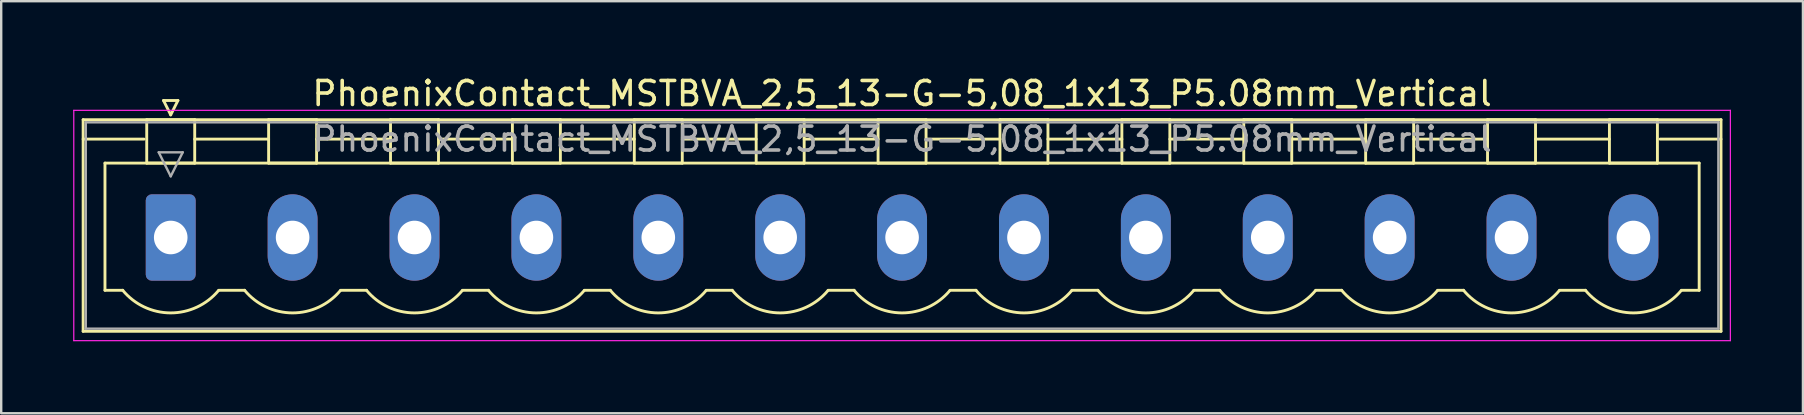
<source format=kicad_pcb>
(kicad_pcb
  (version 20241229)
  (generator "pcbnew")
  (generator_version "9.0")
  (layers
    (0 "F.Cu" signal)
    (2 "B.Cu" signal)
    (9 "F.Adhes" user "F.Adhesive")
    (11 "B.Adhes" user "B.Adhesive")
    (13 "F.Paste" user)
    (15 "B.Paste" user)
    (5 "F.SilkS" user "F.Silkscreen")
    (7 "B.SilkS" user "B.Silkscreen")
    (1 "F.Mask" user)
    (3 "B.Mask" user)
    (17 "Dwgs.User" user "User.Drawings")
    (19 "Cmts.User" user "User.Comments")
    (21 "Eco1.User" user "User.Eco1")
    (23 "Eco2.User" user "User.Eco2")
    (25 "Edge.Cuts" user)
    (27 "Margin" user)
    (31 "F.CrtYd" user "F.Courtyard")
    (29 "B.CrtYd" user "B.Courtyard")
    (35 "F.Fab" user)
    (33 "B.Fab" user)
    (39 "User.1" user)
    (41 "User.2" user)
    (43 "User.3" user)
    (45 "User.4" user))
  (footprint "PhoenixContact_MSTBVA_2,5_13-G-5,08_1x13_P5.08mm_Vertical"
    (layer "F.Cu")
    (at 4.065 6.848)
    (property "Reference" "PhoenixContact_MSTBVA_2,5_13-G-5,08_1x13_P5.08mm_Vertical" (at 30.48 -6 0) (layer "F.SilkS") (effects (font (size 1 1) (thickness 0.15))))
    (attr through_hole)
    (fp_line (start -3.65 -4.91) (end -3.65 3.91) (stroke (width 0.12) (type solid)) (layer "F.SilkS"))
    (fp_line (start -3.65 -4.1) (end -1.11 -4.1) (stroke (width 0.12) (type solid)) (layer "F.SilkS"))
    (fp_line (start -3.65 3.91) (end 64.61 3.91) (stroke (width 0.12) (type solid)) (layer "F.SilkS"))
    (fp_line (start -2.74 -3.1) (end 63.7 -3.1) (stroke (width 0.12) (type solid)) (layer "F.SilkS"))
    (fp_line (start -2.74 2.2) (end -2.74 -3.1) (stroke (width 0.12) (type solid)) (layer "F.SilkS"))
    (fp_line (start -2 2.2) (end -2.74 2.2) (stroke (width 0.12) (type solid)) (layer "F.SilkS"))
    (fp_line (start -1 -4.91) (end 1 -4.91) (stroke (width 0.12) (type solid)) (layer "F.SilkS"))
    (fp_line (start -1 -3.1) (end -1 -4.91) (stroke (width 0.12) (type solid)) (layer "F.SilkS"))
    (fp_line (start -0.3 -5.71) (end 0.3 -5.71) (stroke (width 0.12) (type solid)) (layer "F.SilkS"))
    (fp_line (start 0 -5.11) (end -0.3 -5.71) (stroke (width 0.12) (type solid)) (layer "F.SilkS"))
    (fp_line (start 0.3 -5.71) (end 0 -5.11) (stroke (width 0.12) (type solid)) (layer "F.SilkS"))
    (fp_line (start 1 -4.91) (end 1 -3.1) (stroke (width 0.12) (type solid)) (layer "F.SilkS"))
    (fp_line (start 1 -4.1) (end 4.08 -4.1) (stroke (width 0.12) (type solid)) (layer "F.SilkS"))
    (fp_line (start 1 -3.1) (end -1 -3.1) (stroke (width 0.12) (type solid)) (layer "F.SilkS"))
    (fp_line (start 2 2.2) (end 3.08 2.2) (stroke (width 0.12) (type solid)) (layer "F.SilkS"))
    (fp_line (start 4.08 -4.91) (end 6.08 -4.91) (stroke (width 0.12) (type solid)) (layer "F.SilkS"))
    (fp_line (start 4.08 -3.1) (end 4.08 -4.91) (stroke (width 0.12) (type solid)) (layer "F.SilkS"))
    (fp_line (start 6.08 -4.91) (end 6.08 -3.1) (stroke (width 0.12) (type solid)) (layer "F.SilkS"))
    (fp_line (start 6.08 -4.1) (end 9.16 -4.1) (stroke (width 0.12) (type solid)) (layer "F.SilkS"))
    (fp_line (start 6.08 -3.1) (end 4.08 -3.1) (stroke (width 0.12) (type solid)) (layer "F.SilkS"))
    (fp_line (start 7.08 2.2) (end 8.16 2.2) (stroke (width 0.12) (type solid)) (layer "F.SilkS"))
    (fp_line (start 9.16 -4.91) (end 11.16 -4.91) (stroke (width 0.12) (type solid)) (layer "F.SilkS"))
    (fp_line (start 9.16 -3.1) (end 9.16 -4.91) (stroke (width 0.12) (type solid)) (layer "F.SilkS"))
    (fp_line (start 11.16 -4.91) (end 11.16 -3.1) (stroke (width 0.12) (type solid)) (layer "F.SilkS"))
    (fp_line (start 11.16 -4.1) (end 14.24 -4.1) (stroke (width 0.12) (type solid)) (layer "F.SilkS"))
    (fp_line (start 11.16 -3.1) (end 9.16 -3.1) (stroke (width 0.12) (type solid)) (layer "F.SilkS"))
    (fp_line (start 12.16 2.2) (end 13.24 2.2) (stroke (width 0.12) (type solid)) (layer "F.SilkS"))
    (fp_line (start 14.24 -4.91) (end 16.24 -4.91) (stroke (width 0.12) (type solid)) (layer "F.SilkS"))
    (fp_line (start 14.24 -3.1) (end 14.24 -4.91) (stroke (width 0.12) (type solid)) (layer "F.SilkS"))
    (fp_line (start 16.24 -4.91) (end 16.24 -3.1) (stroke (width 0.12) (type solid)) (layer "F.SilkS"))
    (fp_line (start 16.24 -4.1) (end 19.32 -4.1) (stroke (width 0.12) (type solid)) (layer "F.SilkS"))
    (fp_line (start 16.24 -3.1) (end 14.24 -3.1) (stroke (width 0.12) (type solid)) (layer "F.SilkS"))
    (fp_line (start 17.24 2.2) (end 18.32 2.2) (stroke (width 0.12) (type solid)) (layer "F.SilkS"))
    (fp_line (start 19.32 -4.91) (end 21.32 -4.91) (stroke (width 0.12) (type solid)) (layer "F.SilkS"))
    (fp_line (start 19.32 -3.1) (end 19.32 -4.91) (stroke (width 0.12) (type solid)) (layer "F.SilkS"))
    (fp_line (start 21.32 -4.91) (end 21.32 -3.1) (stroke (width 0.12) (type solid)) (layer "F.SilkS"))
    (fp_line (start 21.32 -4.1) (end 24.4 -4.1) (stroke (width 0.12) (type solid)) (layer "F.SilkS"))
    (fp_line (start 21.32 -3.1) (end 19.32 -3.1) (stroke (width 0.12) (type solid)) (layer "F.SilkS"))
    (fp_line (start 22.32 2.2) (end 23.4 2.2) (stroke (width 0.12) (type solid)) (layer "F.SilkS"))
    (fp_line (start 24.4 -4.91) (end 26.4 -4.91) (stroke (width 0.12) (type solid)) (layer "F.SilkS"))
    (fp_line (start 24.4 -3.1) (end 24.4 -4.91) (stroke (width 0.12) (type solid)) (layer "F.SilkS"))
    (fp_line (start 26.4 -4.91) (end 26.4 -3.1) (stroke (width 0.12) (type solid)) (layer "F.SilkS"))
    (fp_line (start 26.4 -4.1) (end 29.48 -4.1) (stroke (width 0.12) (type solid)) (layer "F.SilkS"))
    (fp_line (start 26.4 -3.1) (end 24.4 -3.1) (stroke (width 0.12) (type solid)) (layer "F.SilkS"))
    (fp_line (start 27.4 2.2) (end 28.48 2.2) (stroke (width 0.12) (type solid)) (layer "F.SilkS"))
    (fp_line (start 29.48 -4.91) (end 31.48 -4.91) (stroke (width 0.12) (type solid)) (layer "F.SilkS"))
    (fp_line (start 29.48 -3.1) (end 29.48 -4.91) (stroke (width 0.12) (type solid)) (layer "F.SilkS"))
    (fp_line (start 31.48 -4.91) (end 31.48 -3.1) (stroke (width 0.12) (type solid)) (layer "F.SilkS"))
    (fp_line (start 31.48 -4.1) (end 34.56 -4.1) (stroke (width 0.12) (type solid)) (layer "F.SilkS"))
    (fp_line (start 31.48 -3.1) (end 29.48 -3.1) (stroke (width 0.12) (type solid)) (layer "F.SilkS"))
    (fp_line (start 32.48 2.2) (end 33.56 2.2) (stroke (width 0.12) (type solid)) (layer "F.SilkS"))
    (fp_line (start 34.56 -4.91) (end 36.56 -4.91) (stroke (width 0.12) (type solid)) (layer "F.SilkS"))
    (fp_line (start 34.56 -3.1) (end 34.56 -4.91) (stroke (width 0.12) (type solid)) (layer "F.SilkS"))
    (fp_line (start 36.56 -4.91) (end 36.56 -3.1) (stroke (width 0.12) (type solid)) (layer "F.SilkS"))
    (fp_line (start 36.56 -4.1) (end 39.64 -4.1) (stroke (width 0.12) (type solid)) (layer "F.SilkS"))
    (fp_line (start 36.56 -3.1) (end 34.56 -3.1) (stroke (width 0.12) (type solid)) (layer "F.SilkS"))
    (fp_line (start 37.56 2.2) (end 38.64 2.2) (stroke (width 0.12) (type solid)) (layer "F.SilkS"))
    (fp_line (start 39.64 -4.91) (end 41.64 -4.91) (stroke (width 0.12) (type solid)) (layer "F.SilkS"))
    (fp_line (start 39.64 -3.1) (end 39.64 -4.91) (stroke (width 0.12) (type solid)) (layer "F.SilkS"))
    (fp_line (start 41.64 -4.91) (end 41.64 -3.1) (stroke (width 0.12) (type solid)) (layer "F.SilkS"))
    (fp_line (start 41.64 -4.1) (end 44.72 -4.1) (stroke (width 0.12) (type solid)) (layer "F.SilkS"))
    (fp_line (start 41.64 -3.1) (end 39.64 -3.1) (stroke (width 0.12) (type solid)) (layer "F.SilkS"))
    (fp_line (start 42.64 2.2) (end 43.72 2.2) (stroke (width 0.12) (type solid)) (layer "F.SilkS"))
    (fp_line (start 44.72 -4.91) (end 46.72 -4.91) (stroke (width 0.12) (type solid)) (layer "F.SilkS"))
    (fp_line (start 44.72 -3.1) (end 44.72 -4.91) (stroke (width 0.12) (type solid)) (layer "F.SilkS"))
    (fp_line (start 46.72 -4.91) (end 46.72 -3.1) (stroke (width 0.12) (type solid)) (layer "F.SilkS"))
    (fp_line (start 46.72 -4.1) (end 49.8 -4.1) (stroke (width 0.12) (type solid)) (layer "F.SilkS"))
    (fp_line (start 46.72 -3.1) (end 44.72 -3.1) (stroke (width 0.12) (type solid)) (layer "F.SilkS"))
    (fp_line (start 47.72 2.2) (end 48.8 2.2) (stroke (width 0.12) (type solid)) (layer "F.SilkS"))
    (fp_line (start 49.8 -4.91) (end 51.8 -4.91) (stroke (width 0.12) (type solid)) (layer "F.SilkS"))
    (fp_line (start 49.8 -3.1) (end 49.8 -4.91) (stroke (width 0.12) (type solid)) (layer "F.SilkS"))
    (fp_line (start 51.8 -4.91) (end 51.8 -3.1) (stroke (width 0.12) (type solid)) (layer "F.SilkS"))
    (fp_line (start 51.8 -4.1) (end 54.88 -4.1) (stroke (width 0.12) (type solid)) (layer "F.SilkS"))
    (fp_line (start 51.8 -3.1) (end 49.8 -3.1) (stroke (width 0.12) (type solid)) (layer "F.SilkS"))
    (fp_line (start 52.8 2.2) (end 53.88 2.2) (stroke (width 0.12) (type solid)) (layer "F.SilkS"))
    (fp_line (start 54.88 -4.91) (end 56.88 -4.91) (stroke (width 0.12) (type solid)) (layer "F.SilkS"))
    (fp_line (start 54.88 -3.1) (end 54.88 -4.91) (stroke (width 0.12) (type solid)) (layer "F.SilkS"))
    (fp_line (start 56.88 -4.91) (end 56.88 -3.1) (stroke (width 0.12) (type solid)) (layer "F.SilkS"))
    (fp_line (start 56.88 -4.1) (end 59.96 -4.1) (stroke (width 0.12) (type solid)) (layer "F.SilkS"))
    (fp_line (start 56.88 -3.1) (end 54.88 -3.1) (stroke (width 0.12) (type solid)) (layer "F.SilkS"))
    (fp_line (start 57.88 2.2) (end 58.96 2.2) (stroke (width 0.12) (type solid)) (layer "F.SilkS"))
    (fp_line (start 59.96 -4.91) (end 61.96 -4.91) (stroke (width 0.12) (type solid)) (layer "F.SilkS"))
    (fp_line (start 59.96 -3.1) (end 59.96 -4.91) (stroke (width 0.12) (type solid)) (layer "F.SilkS"))
    (fp_line (start 61.96 -4.91) (end 61.96 -3.1) (stroke (width 0.12) (type solid)) (layer "F.SilkS"))
    (fp_line (start 61.96 -3.1) (end 59.96 -3.1) (stroke (width 0.12) (type solid)) (layer "F.SilkS"))
    (fp_line (start 63.7 -3.1) (end 63.7 2.2) (stroke (width 0.12) (type solid)) (layer "F.SilkS"))
    (fp_line (start 63.7 2.2) (end 62.96 2.2) (stroke (width 0.12) (type solid)) (layer "F.SilkS"))
    (fp_line (start 64.61 -4.91) (end -3.65 -4.91) (stroke (width 0.12) (type solid)) (layer "F.SilkS"))
    (fp_line (start 64.61 -4.1) (end 62.07 -4.1) (stroke (width 0.12) (type solid)) (layer "F.SilkS"))
    (fp_line (start 64.61 3.91) (end 64.61 -4.91) (stroke (width 0.12) (type solid)) (layer "F.SilkS"))
    (fp_arc (start 1.986842 2.215821) (mid -0.010289 3.142758) (end -2 2.2) (stroke (width 0.12) (type solid)) (layer "F.SilkS"))
    (fp_arc (start 7.066842 2.215821) (mid 5.069711 3.142758) (end 3.08 2.2) (stroke (width 0.12) (type solid)) (layer "F.SilkS"))
    (fp_arc (start 12.146842 2.215821) (mid 10.149711 3.142758) (end 8.16 2.2) (stroke (width 0.12) (type solid)) (layer "F.SilkS"))
    (fp_arc (start 17.226842 2.215821) (mid 15.229711 3.142758) (end 13.24 2.2) (stroke (width 0.12) (type solid)) (layer "F.SilkS"))
    (fp_arc (start 22.306842 2.215821) (mid 20.309711 3.142758) (end 18.32 2.2) (stroke (width 0.12) (type solid)) (layer "F.SilkS"))
    (fp_arc (start 27.386842 2.215821) (mid 25.389711 3.142758) (end 23.4 2.2) (stroke (width 0.12) (type solid)) (layer "F.SilkS"))
    (fp_arc (start 32.466842 2.215821) (mid 30.469711 3.142758) (end 28.48 2.2) (stroke (width 0.12) (type solid)) (layer "F.SilkS"))
    (fp_arc (start 37.546842 2.215821) (mid 35.549711 3.142758) (end 33.56 2.2) (stroke (width 0.12) (type solid)) (layer "F.SilkS"))
    (fp_arc (start 42.626842 2.215821) (mid 40.629711 3.142758) (end 38.64 2.2) (stroke (width 0.12) (type solid)) (layer "F.SilkS"))
    (fp_arc (start 47.706842 2.215821) (mid 45.709711 3.142758) (end 43.72 2.2) (stroke (width 0.12) (type solid)) (layer "F.SilkS"))
    (fp_arc (start 52.786842 2.215821) (mid 50.789711 3.142758) (end 48.8 2.2) (stroke (width 0.12) (type solid)) (layer "F.SilkS"))
    (fp_arc (start 57.866842 2.215821) (mid 55.869711 3.142758) (end 53.88 2.2) (stroke (width 0.12) (type solid)) (layer "F.SilkS"))
    (fp_arc (start 62.946842 2.215821) (mid 60.949711 3.142758) (end 58.96 2.2) (stroke (width 0.12) (type solid)) (layer "F.SilkS"))
    (fp_line (start -4.04 -5.3) (end -4.04 4.3) (stroke (width 0.05) (type solid)) (layer "F.CrtYd"))
    (fp_line (start -4.04 4.3) (end 65 4.3) (stroke (width 0.05) (type solid)) (layer "F.CrtYd"))
    (fp_line (start 65 -5.3) (end -4.04 -5.3) (stroke (width 0.05) (type solid)) (layer "F.CrtYd"))
    (fp_line (start 65 4.3) (end 65 -5.3) (stroke (width 0.05) (type solid)) (layer "F.CrtYd"))
    (fp_line (start -3.54 -4.8) (end -3.54 3.8) (stroke (width 0.1) (type solid)) (layer "F.Fab"))
    (fp_line (start -3.54 3.8) (end 64.5 3.8) (stroke (width 0.1) (type solid)) (layer "F.Fab"))
    (fp_line (start -0.5 -3.55) (end 0.5 -3.55) (stroke (width 0.1) (type solid)) (layer "F.Fab"))
    (fp_line (start 0 -2.55) (end -0.5 -3.55) (stroke (width 0.1) (type solid)) (layer "F.Fab"))
    (fp_line (start 0.5 -3.55) (end 0 -2.55) (stroke (width 0.1) (type solid)) (layer "F.Fab"))
    (fp_line (start 64.5 -4.8) (end -3.54 -4.8) (stroke (width 0.1) (type solid)) (layer "F.Fab"))
    (fp_line (start 64.5 3.8) (end 64.5 -4.8) (stroke (width 0.1) (type solid)) (layer "F.Fab"))
    (fp_text user "${REFERENCE}" (at 30.48 -4.1 0) (layer "F.Fab") (effects (font (size 1 1) (thickness 0.15))))
    (pad "1" thru_hole roundrect (at 0 0) (size 2.08 3.6) (drill 1.4) (layers "*.Cu" "*.Mask") (roundrect_rratio 0.12))
    (pad "2" thru_hole oval (at 5.08 0) (size 2.08 3.6) (drill 1.4) (layers "*.Cu" "*.Mask"))
    (pad "3" thru_hole oval (at 10.16 0) (size 2.08 3.6) (drill 1.4) (layers "*.Cu" "*.Mask"))
    (pad "4" thru_hole oval (at 15.24 0) (size 2.08 3.6) (drill 1.4) (layers "*.Cu" "*.Mask"))
    (pad "5" thru_hole oval (at 20.32 0) (size 2.08 3.6) (drill 1.4) (layers "*.Cu" "*.Mask"))
    (pad "6" thru_hole oval (at 25.4 0) (size 2.08 3.6) (drill 1.4) (layers "*.Cu" "*.Mask"))
    (pad "7" thru_hole oval (at 30.48 0) (size 2.08 3.6) (drill 1.4) (layers "*.Cu" "*.Mask"))
    (pad "8" thru_hole oval (at 35.56 0) (size 2.08 3.6) (drill 1.4) (layers "*.Cu" "*.Mask"))
    (pad "9" thru_hole oval (at 40.64 0) (size 2.08 3.6) (drill 1.4) (layers "*.Cu" "*.Mask"))
    (pad "10" thru_hole oval (at 45.72 0) (size 2.08 3.6) (drill 1.4) (layers "*.Cu" "*.Mask"))
    (pad "11" thru_hole oval (at 50.8 0) (size 2.08 3.6) (drill 1.4) (layers "*.Cu" "*.Mask"))
    (pad "12" thru_hole oval (at 55.88 0) (size 2.08 3.6) (drill 1.4) (layers "*.Cu" "*.Mask"))
    (pad "13" thru_hole oval (at 60.96 0) (size 2.08 3.6) (drill 1.4) (layers "*.Cu" "*.Mask")))
  (gr_rect
    (start -3 -3)
    (end 72.09 14.173)
    (stroke (width 0.1) (type default))
    (fill no)
    (layer "Edge.Cuts")))
</source>
